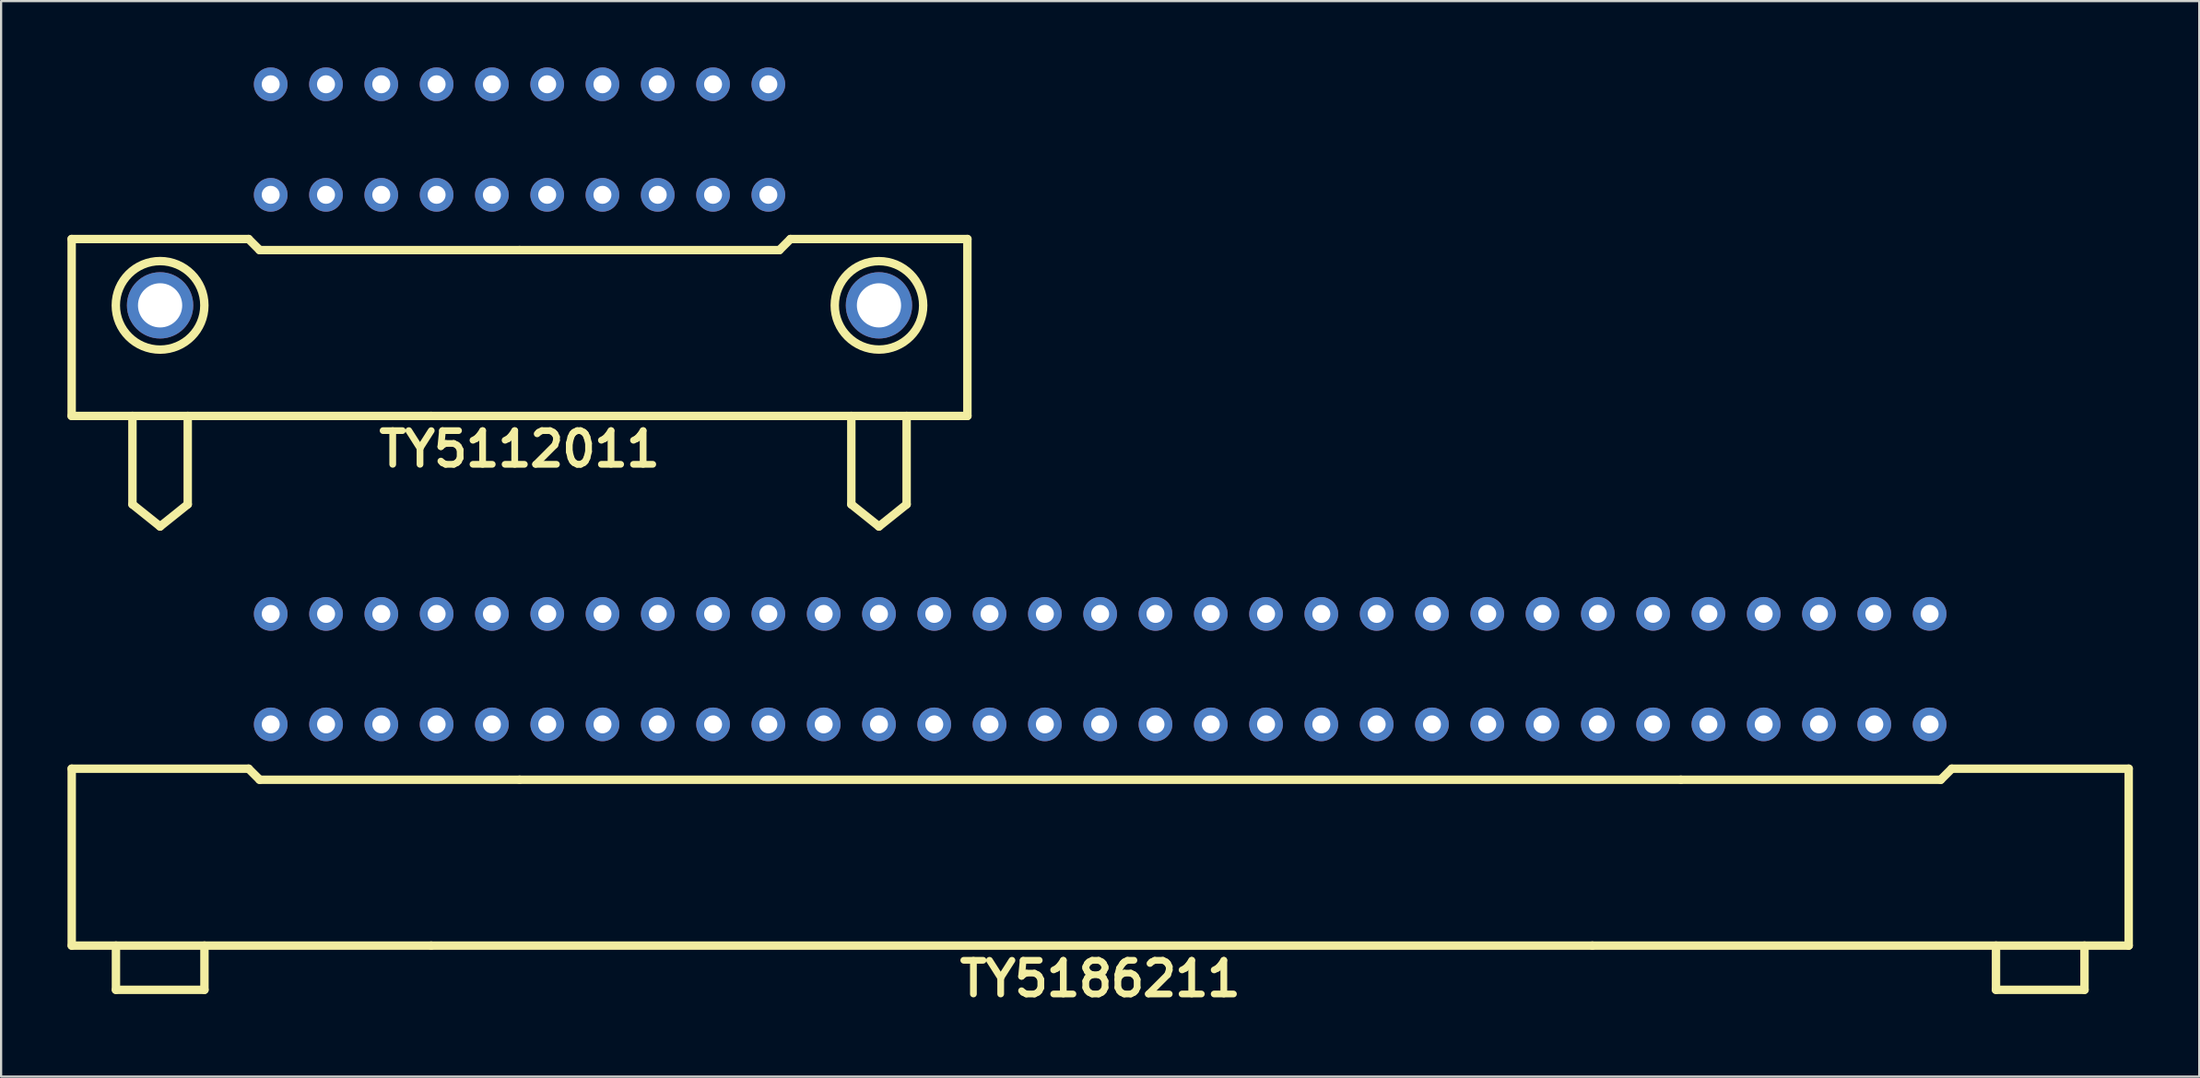
<source format=kicad_pcb>
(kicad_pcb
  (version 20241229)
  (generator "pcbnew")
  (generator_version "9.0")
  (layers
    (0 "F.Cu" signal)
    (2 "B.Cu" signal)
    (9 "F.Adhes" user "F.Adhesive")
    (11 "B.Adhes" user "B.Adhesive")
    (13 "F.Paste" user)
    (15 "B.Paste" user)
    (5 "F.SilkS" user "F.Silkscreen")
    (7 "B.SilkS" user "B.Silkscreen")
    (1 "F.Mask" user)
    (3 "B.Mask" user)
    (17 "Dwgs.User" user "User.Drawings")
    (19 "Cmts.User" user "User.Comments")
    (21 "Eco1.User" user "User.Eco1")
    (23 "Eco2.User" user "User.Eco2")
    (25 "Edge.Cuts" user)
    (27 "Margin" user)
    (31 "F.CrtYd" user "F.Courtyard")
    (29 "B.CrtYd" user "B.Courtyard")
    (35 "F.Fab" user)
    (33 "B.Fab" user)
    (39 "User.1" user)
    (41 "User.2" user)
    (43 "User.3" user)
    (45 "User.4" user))
  (footprint "TY5186211"
    (layer "F.Cu")
    (at 46.693 31.715)
    (property "Reference" "TY5186211" (at 0 9.5 0) (layer "F.SilkS") (effects (font (size 1.524 1.524) (thickness 0.305))))
    (attr through_hole)
    (fp_line (start -46.502 0) (end -38.504 0) (stroke (width 0.381) (type solid)) (layer "F.SilkS"))
    (fp_line (start -46.5 8.001) (end -46.5 0) (stroke (width 0.381) (type solid)) (layer "F.SilkS"))
    (fp_line (start -44.501 10) (end -44.501 8.001) (stroke (width 0.381) (type solid)) (layer "F.SilkS"))
    (fp_line (start -40.5 8.001) (end -40.5 10) (stroke (width 0.381) (type solid)) (layer "F.SilkS"))
    (fp_line (start -40.5 10) (end -44.501 10) (stroke (width 0.381) (type solid)) (layer "F.SilkS"))
    (fp_line (start -38.504 0) (end -38.003 0.5) (stroke (width 0.381) (type solid)) (layer "F.SilkS"))
    (fp_line (start -38.003 0.5) (end -26.253 0.5) (stroke (width 0.381) (type solid)) (layer "F.SilkS"))
    (fp_line (start -30.249 8.001) (end -46.497 8.001) (stroke (width 0.381) (type solid)) (layer "F.SilkS"))
    (fp_line (start -26.251 0.5) (end 26.251 0.5) (stroke (width 0.381) (type solid)) (layer "F.SilkS"))
    (fp_line (start 22.25 8.001) (end -30.249 8.001) (stroke (width 0.381) (type solid)) (layer "F.SilkS"))
    (fp_line (start 38.001 0.5) (end 26.251 0.5) (stroke (width 0.381) (type solid)) (layer "F.SilkS"))
    (fp_line (start 38.501 0) (end 38.001 0.5) (stroke (width 0.381) (type solid)) (layer "F.SilkS"))
    (fp_line (start 40.5 10) (end 40.5 8.001) (stroke (width 0.381) (type solid)) (layer "F.SilkS"))
    (fp_line (start 44.501 8.001) (end 44.501 10) (stroke (width 0.381) (type solid)) (layer "F.SilkS"))
    (fp_line (start 44.501 10) (end 40.5 10) (stroke (width 0.381) (type solid)) (layer "F.SilkS"))
    (fp_line (start 46.5 0) (end 38.501 0) (stroke (width 0.381) (type solid)) (layer "F.SilkS"))
    (fp_line (start 46.5 0) (end 46.5 8.001) (stroke (width 0.381) (type solid)) (layer "F.SilkS"))
    (fp_line (start 46.5 8.001) (end 22.25 8.001) (stroke (width 0.381) (type solid)) (layer "F.SilkS"))
    (pad "1" thru_hole circle (at 37.498 -2.004 180) (size 1.524 1.524) (drill 0.813) (layers "*.Cu" "*.Mask"))
    (pad "2" thru_hole circle (at 37.498 -7.003 180) (size 1.524 1.524) (drill 0.813) (layers "*.Cu" "*.Mask"))
    (pad "3" thru_hole circle (at 34.999 -2.004 180) (size 1.524 1.524) (drill 0.813) (layers "*.Cu" "*.Mask"))
    (pad "4" thru_hole circle (at 34.999 -7.003 180) (size 1.524 1.524) (drill 0.813) (layers "*.Cu" "*.Mask"))
    (pad "5" thru_hole circle (at 32.497 -2.004 180) (size 1.524 1.524) (drill 0.813) (layers "*.Cu" "*.Mask"))
    (pad "6" thru_hole circle (at 32.497 -7.003 180) (size 1.524 1.524) (drill 0.813) (layers "*.Cu" "*.Mask"))
    (pad "7" thru_hole circle (at 29.997 -2.004 180) (size 1.524 1.524) (drill 0.813) (layers "*.Cu" "*.Mask"))
    (pad "8" thru_hole circle (at 29.997 -7.003 180) (size 1.524 1.524) (drill 0.813) (layers "*.Cu" "*.Mask"))
    (pad "9" thru_hole circle (at 27.498 -2.004 180) (size 1.524 1.524) (drill 0.813) (layers "*.Cu" "*.Mask"))
    (pad "10" thru_hole circle (at 27.498 -7.003 180) (size 1.524 1.524) (drill 0.813) (layers "*.Cu" "*.Mask"))
    (pad "11" thru_hole circle (at 24.999 -2.004 180) (size 1.524 1.524) (drill 0.813) (layers "*.Cu" "*.Mask"))
    (pad "12" thru_hole circle (at 24.999 -7.003 180) (size 1.524 1.524) (drill 0.813) (layers "*.Cu" "*.Mask"))
    (pad "13" thru_hole circle (at 22.499 -2.004 180) (size 1.524 1.524) (drill 0.813) (layers "*.Cu" "*.Mask"))
    (pad "14" thru_hole circle (at 22.499 -7.003 180) (size 1.524 1.524) (drill 0.813) (layers "*.Cu" "*.Mask"))
    (pad "15" thru_hole circle (at 19.997 -2.004 180) (size 1.524 1.524) (drill 0.813) (layers "*.Cu" "*.Mask"))
    (pad "16" thru_hole circle (at 19.997 -7.003 180) (size 1.524 1.524) (drill 0.813) (layers "*.Cu" "*.Mask"))
    (pad "17" thru_hole circle (at 17.498 -2.004 180) (size 1.524 1.524) (drill 0.813) (layers "*.Cu" "*.Mask"))
    (pad "18" thru_hole circle (at 17.498 -7.003 180) (size 1.524 1.524) (drill 0.813) (layers "*.Cu" "*.Mask"))
    (pad "19" thru_hole circle (at 14.999 -2.004 180) (size 1.524 1.524) (drill 0.813) (layers "*.Cu" "*.Mask"))
    (pad "20" thru_hole circle (at 14.999 -7.003 180) (size 1.524 1.524) (drill 0.813) (layers "*.Cu" "*.Mask"))
    (pad "21" thru_hole circle (at 12.499 -2.004 180) (size 1.524 1.524) (drill 0.813) (layers "*.Cu" "*.Mask"))
    (pad "22" thru_hole circle (at 12.499 -7 180) (size 1.524 1.524) (drill 0.813) (layers "*.Cu" "*.Mask"))
    (pad "23" thru_hole circle (at 9.997 -2.004 180) (size 1.524 1.524) (drill 0.813) (layers "*.Cu" "*.Mask"))
    (pad "24" thru_hole circle (at 9.997 -7 180) (size 1.524 1.524) (drill 0.813) (layers "*.Cu" "*.Mask"))
    (pad "25" thru_hole circle (at 7.498 -2.004 180) (size 1.524 1.524) (drill 0.813) (layers "*.Cu" "*.Mask"))
    (pad "26" thru_hole circle (at 7.498 -7 180) (size 1.524 1.524) (drill 0.813) (layers "*.Cu" "*.Mask"))
    (pad "27" thru_hole circle (at 4.999 -2.004 180) (size 1.524 1.524) (drill 0.813) (layers "*.Cu" "*.Mask"))
    (pad "28" thru_hole circle (at 4.999 -7 180) (size 1.524 1.524) (drill 0.813) (layers "*.Cu" "*.Mask"))
    (pad "29" thru_hole circle (at 2.499 -2.004 180) (size 1.524 1.524) (drill 0.813) (layers "*.Cu" "*.Mask"))
    (pad "30" thru_hole circle (at 2.499 -7 180) (size 1.524 1.524) (drill 0.813) (layers "*.Cu" "*.Mask"))
    (pad "31" thru_hole circle (at -0.003 -2.004 180) (size 1.524 1.524) (drill 0.813) (layers "*.Cu" "*.Mask"))
    (pad "32" thru_hole circle (at -0.003 -7 180) (size 1.524 1.524) (drill 0.813) (layers "*.Cu" "*.Mask"))
    (pad "33" thru_hole circle (at -2.502 -2.004 180) (size 1.524 1.524) (drill 0.813) (layers "*.Cu" "*.Mask"))
    (pad "34" thru_hole circle (at -2.502 -7 180) (size 1.524 1.524) (drill 0.813) (layers "*.Cu" "*.Mask"))
    (pad "35" thru_hole circle (at -5.004 -2.004 180) (size 1.524 1.524) (drill 0.813) (layers "*.Cu" "*.Mask"))
    (pad "36" thru_hole circle (at -5.004 -7 180) (size 1.524 1.524) (drill 0.813) (layers "*.Cu" "*.Mask"))
    (pad "37" thru_hole circle (at -7.503 -2.004 180) (size 1.524 1.524) (drill 0.813) (layers "*.Cu" "*.Mask"))
    (pad "38" thru_hole circle (at -7.503 -7 180) (size 1.524 1.524) (drill 0.813) (layers "*.Cu" "*.Mask"))
    (pad "39" thru_hole circle (at -10.003 -2.004 180) (size 1.524 1.524) (drill 0.813) (layers "*.Cu" "*.Mask"))
    (pad "40" thru_hole circle (at -10.003 -7 180) (size 1.524 1.524) (drill 0.813) (layers "*.Cu" "*.Mask"))
    (pad "41" thru_hole circle (at -12.502 -2.004 180) (size 1.524 1.524) (drill 0.813) (layers "*.Cu" "*.Mask"))
    (pad "42" thru_hole circle (at -12.502 -7 180) (size 1.524 1.524) (drill 0.813) (layers "*.Cu" "*.Mask"))
    (pad "43" thru_hole circle (at -15.004 -2.004 180) (size 1.524 1.524) (drill 0.813) (layers "*.Cu" "*.Mask"))
    (pad "44" thru_hole circle (at -15.004 -7 180) (size 1.524 1.524) (drill 0.813) (layers "*.Cu" "*.Mask"))
    (pad "45" thru_hole circle (at -17.503 -2.004 180) (size 1.524 1.524) (drill 0.813) (layers "*.Cu" "*.Mask"))
    (pad "46" thru_hole circle (at -17.503 -7 180) (size 1.524 1.524) (drill 0.813) (layers "*.Cu" "*.Mask"))
    (pad "47" thru_hole circle (at -20.003 -2.004 180) (size 1.524 1.524) (drill 0.813) (layers "*.Cu" "*.Mask"))
    (pad "48" thru_hole circle (at -20.003 -7 180) (size 1.524 1.524) (drill 0.813) (layers "*.Cu" "*.Mask"))
    (pad "49" thru_hole circle (at -22.502 -2.004 180) (size 1.524 1.524) (drill 0.813) (layers "*.Cu" "*.Mask"))
    (pad "50" thru_hole circle (at -22.502 -7 180) (size 1.524 1.524) (drill 0.813) (layers "*.Cu" "*.Mask"))
    (pad "51" thru_hole circle (at -25.001 -2.004 180) (size 1.524 1.524) (drill 0.813) (layers "*.Cu" "*.Mask"))
    (pad "52" thru_hole circle (at -25.001 -7 180) (size 1.524 1.524) (drill 0.813) (layers "*.Cu" "*.Mask"))
    (pad "53" thru_hole circle (at -27.503 -2.004 180) (size 1.524 1.524) (drill 0.813) (layers "*.Cu" "*.Mask"))
    (pad "54" thru_hole circle (at -27.503 -7 180) (size 1.524 1.524) (drill 0.813) (layers "*.Cu" "*.Mask"))
    (pad "55" thru_hole circle (at -30.002 -2.004 180) (size 1.524 1.524) (drill 0.813) (layers "*.Cu" "*.Mask"))
    (pad "56" thru_hole circle (at -30.002 -7 180) (size 1.524 1.524) (drill 0.813) (layers "*.Cu" "*.Mask"))
    (pad "57" thru_hole circle (at -32.502 -2.004 180) (size 1.524 1.524) (drill 0.813) (layers "*.Cu" "*.Mask"))
    (pad "58" thru_hole circle (at -32.502 -7 180) (size 1.524 1.524) (drill 0.813) (layers "*.Cu" "*.Mask"))
    (pad "59" thru_hole circle (at -35.001 -2.004 180) (size 1.524 1.524) (drill 0.813) (layers "*.Cu" "*.Mask"))
    (pad "60" thru_hole circle (at -35.001 -7 180) (size 1.524 1.524) (drill 0.813) (layers "*.Cu" "*.Mask"))
    (pad "61" thru_hole circle (at -37.503 -2.004 180) (size 1.524 1.524) (drill 0.813) (layers "*.Cu" "*.Mask"))
    (pad "62" thru_hole circle (at -37.503 -7 180) (size 1.524 1.524) (drill 0.813) (layers "*.Cu" "*.Mask")))
  (footprint "TY5112011"
    (layer "F.Cu")
    (at 20.439 7.76)
    (property "Reference" "TY5112011" (at 0 9.5 0) (layer "F.SilkS") (effects (font (size 1.524 1.524) (thickness 0.305))))
    (attr through_hole)
    (fp_line (start -20.249 0) (end -12.25 0) (stroke (width 0.381) (type solid)) (layer "F.SilkS"))
    (fp_line (start -20.249 8.001) (end -20.249 0) (stroke (width 0.381) (type solid)) (layer "F.SilkS"))
    (fp_line (start -17.501 11.999) (end -17.501 8.001) (stroke (width 0.381) (type solid)) (layer "F.SilkS"))
    (fp_line (start -16.251 13) (end -17.501 11.999) (stroke (width 0.381) (type solid)) (layer "F.SilkS"))
    (fp_line (start -15.001 8.001) (end -15.001 11.999) (stroke (width 0.381) (type solid)) (layer "F.SilkS"))
    (fp_line (start -15.001 11.999) (end -16.251 13) (stroke (width 0.381) (type solid)) (layer "F.SilkS"))
    (fp_line (start -12.25 0) (end -11.75 0.5) (stroke (width 0.381) (type solid)) (layer "F.SilkS"))
    (fp_line (start -11.75 0.5) (end 0 0.5) (stroke (width 0.381) (type solid)) (layer "F.SilkS"))
    (fp_line (start -4 8.001) (end -20.249 8.001) (stroke (width 0.381) (type solid)) (layer "F.SilkS"))
    (fp_line (start 11.75 0.5) (end 0 0.5) (stroke (width 0.381) (type solid)) (layer "F.SilkS"))
    (fp_line (start 12.25 0) (end 11.75 0.5) (stroke (width 0.381) (type solid)) (layer "F.SilkS"))
    (fp_line (start 15.001 11.999) (end 15.001 8.001) (stroke (width 0.381) (type solid)) (layer "F.SilkS"))
    (fp_line (start 16.251 13) (end 15.001 11.999) (stroke (width 0.381) (type solid)) (layer "F.SilkS"))
    (fp_line (start 17.501 8.001) (end 17.501 11.999) (stroke (width 0.381) (type solid)) (layer "F.SilkS"))
    (fp_line (start 17.501 11.999) (end 16.251 13) (stroke (width 0.381) (type solid)) (layer "F.SilkS"))
    (fp_line (start 20.249 0) (end 12.25 0) (stroke (width 0.381) (type solid)) (layer "F.SilkS"))
    (fp_line (start 20.249 0) (end 20.249 8.001) (stroke (width 0.381) (type solid)) (layer "F.SilkS"))
    (fp_line (start 20.249 8.001) (end -4 8.001) (stroke (width 0.381) (type solid)) (layer "F.SilkS"))
    (fp_circle (center -16.251 3) (end -14.249 3) (stroke (width 0.381) (type solid)) (fill no) (layer "F.SilkS"))
    (fp_circle (center 16.251 3) (end 18.25 3) (stroke (width 0.381) (type solid)) (fill no) (layer "F.SilkS"))
    (pad "" thru_hole circle (at -16.251 3) (size 3 3) (drill 1.999) (layers "*.Cu" "*.Mask"))
    (pad "" thru_hole circle (at 16.251 3) (size 3 3) (drill 1.999) (layers "*.Cu" "*.Mask"))
    (pad "1" thru_hole circle (at 11.25 -1.999) (size 1.524 1.524) (drill 0.813) (layers "*.Cu" "*.Mask"))
    (pad "2" thru_hole circle (at 11.25 -6.998) (size 1.524 1.524) (drill 0.813) (layers "*.Cu" "*.Mask"))
    (pad "3" thru_hole circle (at 8.75 -1.999) (size 1.524 1.524) (drill 0.813) (layers "*.Cu" "*.Mask"))
    (pad "4" thru_hole circle (at 8.75 -6.998) (size 1.524 1.524) (drill 0.813) (layers "*.Cu" "*.Mask"))
    (pad "5" thru_hole circle (at 6.248 -1.999) (size 1.524 1.524) (drill 0.813) (layers "*.Cu" "*.Mask"))
    (pad "6" thru_hole circle (at 6.248 -6.998) (size 1.524 1.524) (drill 0.813) (layers "*.Cu" "*.Mask"))
    (pad "7" thru_hole circle (at 3.749 -1.999) (size 1.524 1.524) (drill 0.813) (layers "*.Cu" "*.Mask"))
    (pad "8" thru_hole circle (at 3.749 -6.998) (size 1.524 1.524) (drill 0.813) (layers "*.Cu" "*.Mask"))
    (pad "9" thru_hole circle (at 1.25 -1.999) (size 1.524 1.524) (drill 0.813) (layers "*.Cu" "*.Mask"))
    (pad "10" thru_hole circle (at 1.25 -6.998) (size 1.524 1.524) (drill 0.813) (layers "*.Cu" "*.Mask"))
    (pad "11" thru_hole circle (at -1.25 -1.999) (size 1.524 1.524) (drill 0.813) (layers "*.Cu" "*.Mask"))
    (pad "12" thru_hole circle (at -1.25 -6.998) (size 1.524 1.524) (drill 0.813) (layers "*.Cu" "*.Mask"))
    (pad "13" thru_hole circle (at -3.749 -1.999) (size 1.524 1.524) (drill 0.813) (layers "*.Cu" "*.Mask"))
    (pad "14" thru_hole circle (at -3.749 -6.998) (size 1.524 1.524) (drill 0.813) (layers "*.Cu" "*.Mask"))
    (pad "15" thru_hole circle (at -6.251 -1.999) (size 1.524 1.524) (drill 0.813) (layers "*.Cu" "*.Mask"))
    (pad "16" thru_hole circle (at -6.251 -6.998) (size 1.524 1.524) (drill 0.813) (layers "*.Cu" "*.Mask"))
    (pad "17" thru_hole circle (at -8.75 -1.999) (size 1.524 1.524) (drill 0.813) (layers "*.Cu" "*.Mask"))
    (pad "18" thru_hole circle (at -8.75 -6.998) (size 1.524 1.524) (drill 0.813) (layers "*.Cu" "*.Mask"))
    (pad "19" thru_hole circle (at -11.25 -1.999) (size 1.524 1.524) (drill 0.813) (layers "*.Cu" "*.Mask"))
    (pad "20" thru_hole circle (at -11.25 -6.998) (size 1.524 1.524) (drill 0.813) (layers "*.Cu" "*.Mask")))
  (gr_rect
    (start -3 -3)
    (end 96.383 45.641)
    (stroke (width 0.1) (type default))
    (fill no)
    (layer "Edge.Cuts")))
</source>
